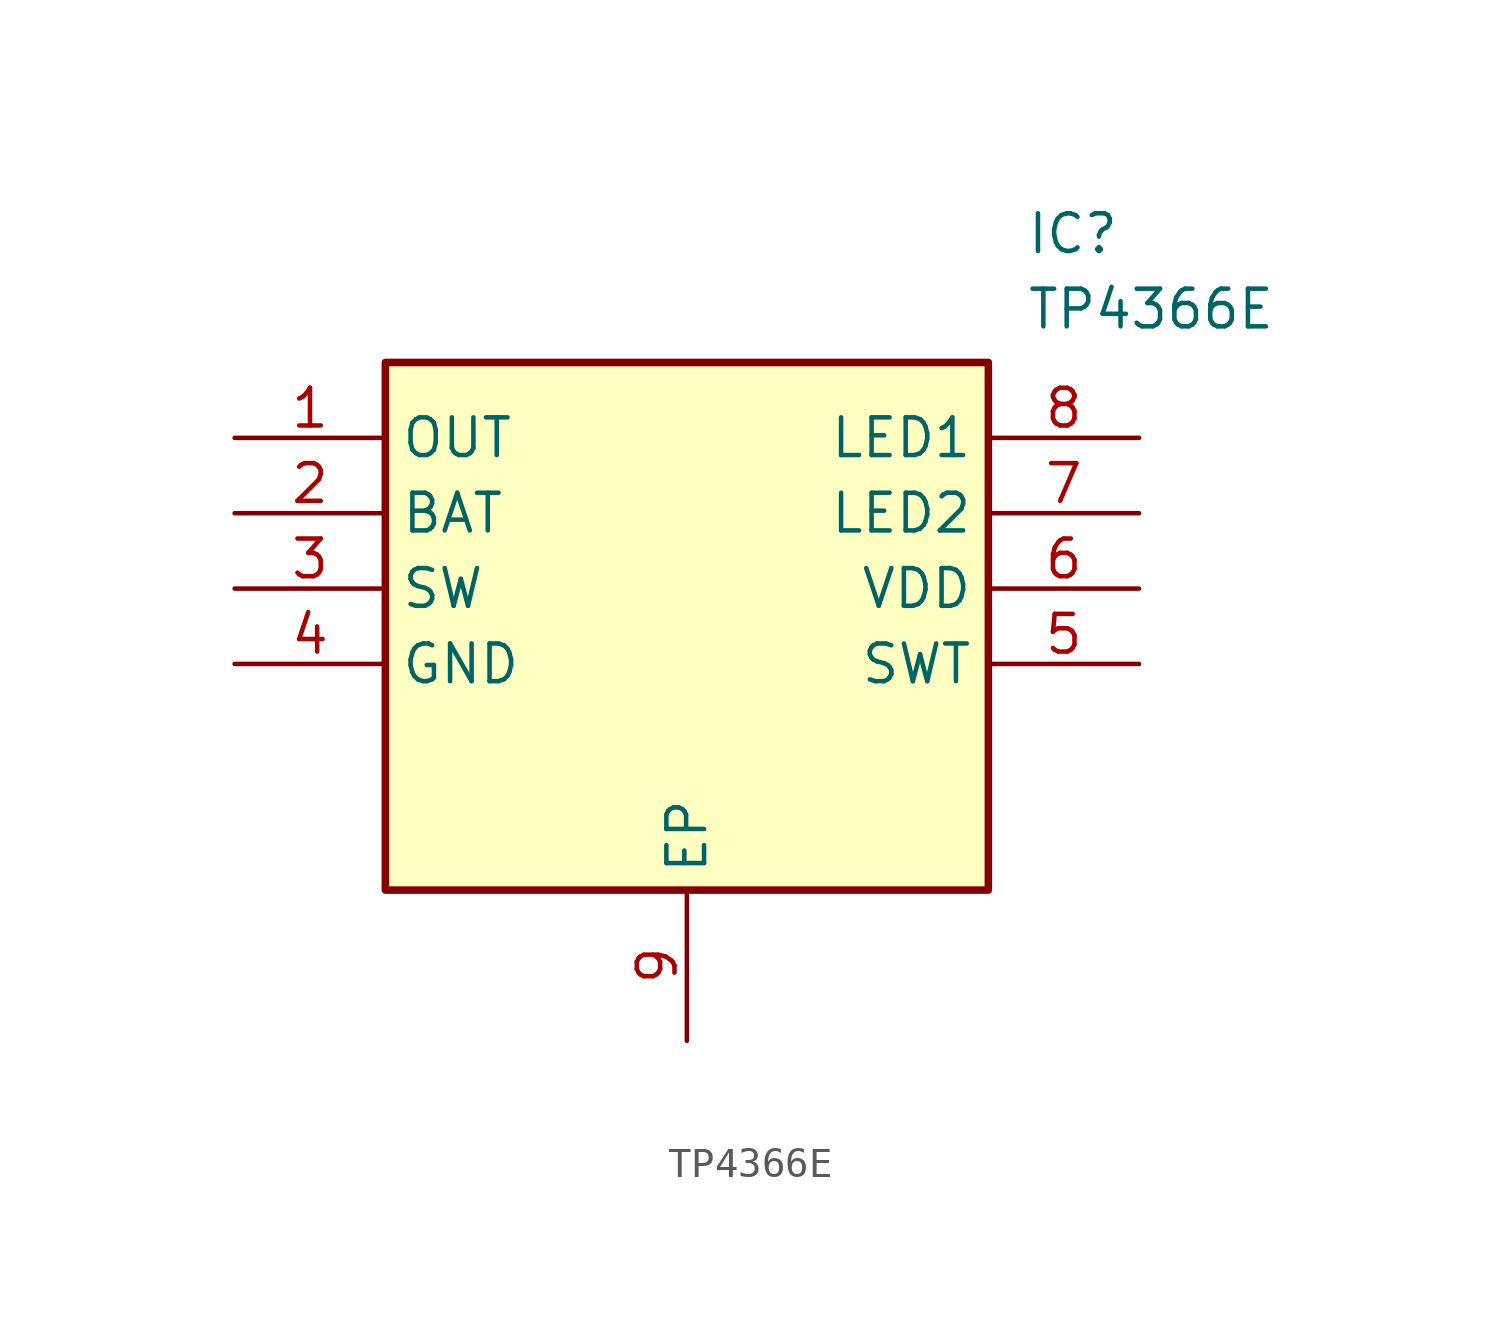
<source format=kicad_sym>
(kicad_symbol_lib
  (version 20220914)
  (generator kicad_symbol_editor)
  (symbol "TP4366E"
    (property "Reference" "IC"
      (at 26.67 7.62 0)
      (effects (font (size 1.27 1.27)) (justify left top)))
    (property "Value" "TP4366E"
      (at 26.67 5.08 0)
      (effects (font (size 1.27 1.27)) (justify left top)))
    (symbol "TP4366E_1_1"
      (rectangle (start 5.08 2.54) (end 25.4 -15.24) (stroke (width 0.254) (type default)) (fill (type background)))
      (pin passive line (at 0 0 0) (length 5.08) (name "OUT" (effects (font (size 1.27 1.27)))) (number "1" (effects (font (size 1.27 1.27)))))
      (pin passive line (at 0 -2.54 0) (length 5.08) (name "BAT" (effects (font (size 1.27 1.27)))) (number "2" (effects (font (size 1.27 1.27)))))
      (pin passive line (at 0 -5.08 0) (length 5.08) (name "SW" (effects (font (size 1.27 1.27)))) (number "3" (effects (font (size 1.27 1.27)))))
      (pin passive line (at 0 -7.62 0) (length 5.08) (name "GND" (effects (font (size 1.27 1.27)))) (number "4" (effects (font (size 1.27 1.27)))))
      (pin passive line (at 30.48 -7.62 180) (length 5.08) (name "SWT" (effects (font (size 1.27 1.27)))) (number "5" (effects (font (size 1.27 1.27)))))
      (pin passive line (at 30.48 -5.08 180) (length 5.08) (name "VDD" (effects (font (size 1.27 1.27)))) (number "6" (effects (font (size 1.27 1.27)))))
      (pin passive line (at 30.48 -2.54 180) (length 5.08) (name "LED2" (effects (font (size 1.27 1.27)))) (number "7" (effects (font (size 1.27 1.27)))))
      (pin passive line (at 30.48 0 180) (length 5.08) (name "LED1" (effects (font (size 1.27 1.27)))) (number "8" (effects (font (size 1.27 1.27)))))
      (pin passive line (at 15.24 -20.32 90) (length 5.08) (name "EP" (effects (font (size 1.27 1.27)))) (number "9" (effects (font (size 1.27 1.27))))))))
</source>
